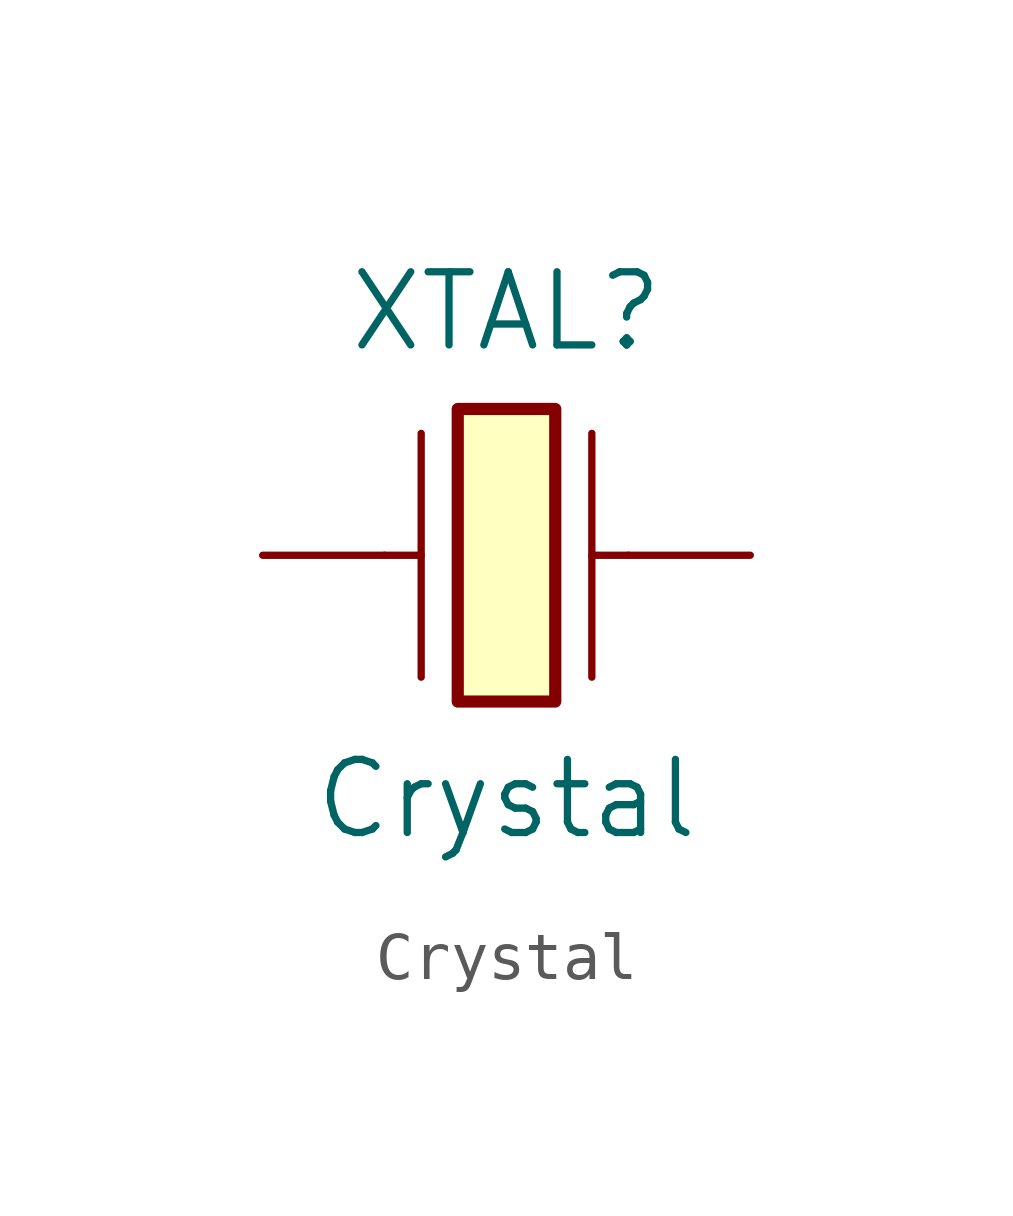
<source format=kicad_sym>
(kicad_symbol_lib
  (version 20211014)
  (generator kicad_symbol_editor)
  (symbol "Crystal"
    (pin_numbers hide)
    (pin_names
      (offset 0) hide)
    (property "Reference" "XTAL"
      (at 0 5.08 0)
      (effects (font (size 1.524 1.524))))
    (property "Value" "Crystal"
      (at 0 -5.08 0)
      (effects (font (size 1.524 1.524))))
    (symbol "Crystal_1_1"
      (rectangle (start -1.016 3.048) (end 1.016 -3.048) (stroke (width 0.254) (type default) (color 0 0 0 0)) (fill (type background)))
      (polyline (pts (xy -2.54 0) (xy -1.778 0)) (stroke (width 0) (type default) (color 0 0 0 0)) (fill (type none)))
      (polyline (pts (xy 2.54 0) (xy 1.778 0)) (stroke (width 0) (type default) (color 0 0 0 0)) (fill (type none)))
      (polyline (pts (xy -1.778 2.54) (xy -1.778 0) (xy -1.778 -2.54)) (stroke (width 0) (type default) (color 0 0 0 0)) (fill (type none)))
      (polyline (pts (xy 1.778 2.54) (xy 1.778 0) (xy 1.778 -2.54)) (stroke (width 0) (type default) (color 0 0 0 0)) (fill (type none)))
      (pin input line (at -5.08 0 0) (length 2.54) (name "1" (effects (font (size 1.27 1.27)))) (number "1" (effects (font (size 1.27 1.27)))))
      (pin input line (at 5.08 0 180) (length 2.54) (name "2" (effects (font (size 1.27 1.27)))) (number "2" (effects (font (size 1.27 1.27))))))))
</source>
